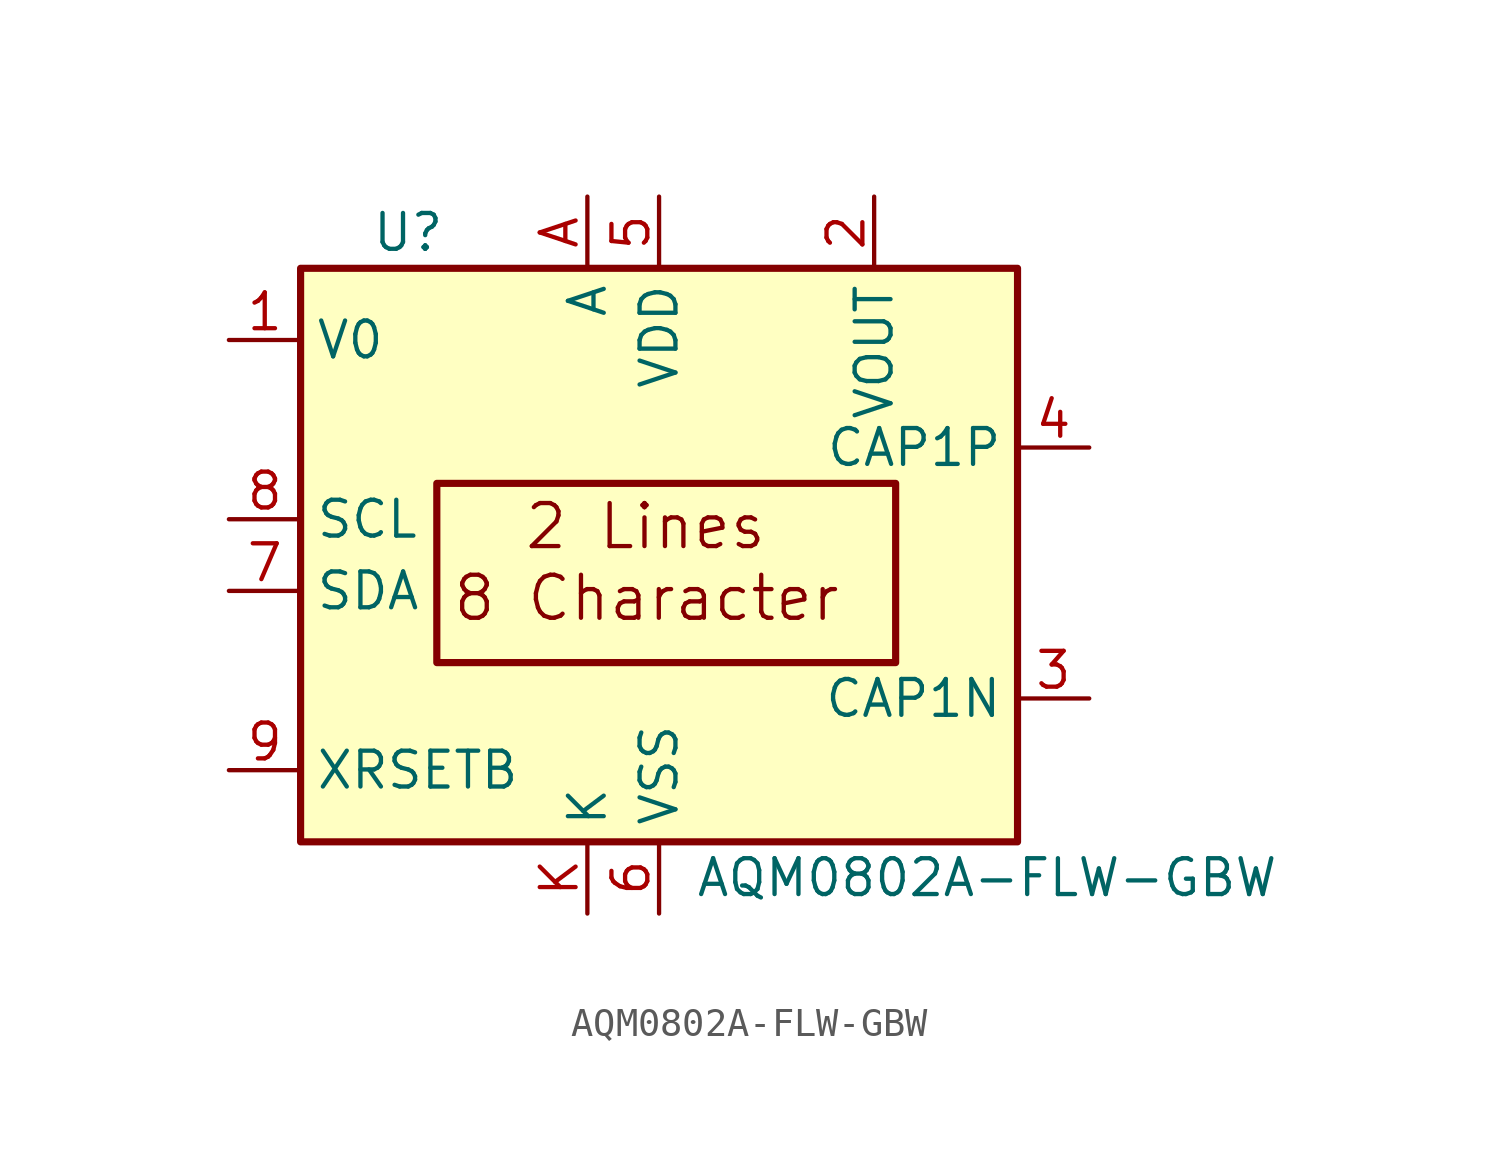
<source format=kicad_sym>
(kicad_symbol_lib
  (version 20220914)
  (generator kicad_symbol_editor)
  (symbol "AQM0802A-FLW-GBW"
    (property "Reference" "U"
      (at -8.89 11.43 0)
      (effects (font (size 1.27 1.27))))
    (property "Value" "AQM0802A-FLW-GBW"
      (at 1.27 -11.43 0)
      (effects (font (size 1.27 1.27)) (justify left)))
    (symbol "AQM0802A-FLW-GBW_0_0"
      (rectangle (start -7.874 2.54) (end 8.382 -3.81) (stroke (width 0.254) (type solid)) (fill (type none)))
      (text "2 Lines" (at -4.826 1.016 0) (effects (font (size 1.524 1.524)) (justify left)))
      (text "8 Character" (at -7.366 -1.524 0) (effects (font (size 1.524 1.524)) (justify left))))
    (symbol "AQM0802A-FLW-GBW_0_1"
      (rectangle (start -12.7 10.16) (end 12.7 -10.16) (stroke (width 0.254) (type solid)) (fill (type background))))
    (symbol "AQM0802A-FLW-GBW_1_1"
      (pin passive line (at -15.24 7.62 0) (length 2.54) (name "V0" (effects (font (size 1.27 1.27)))) (number "1" (effects (font (size 1.27 1.27)))))
      (pin passive line (at 7.62 12.7 270) (length 2.54) (name "VOUT" (effects (font (size 1.27 1.27)))) (number "2" (effects (font (size 1.27 1.27)))))
      (pin passive line (at 15.24 -5.08 180) (length 2.54) (name "CAP1N" (effects (font (size 1.27 1.27)))) (number "3" (effects (font (size 1.27 1.27)))))
      (pin passive line (at 15.24 3.81 180) (length 2.54) (name "CAP1P" (effects (font (size 1.27 1.27)))) (number "4" (effects (font (size 1.27 1.27)))))
      (pin power_in line (at 0 12.7 270) (length 2.54) (name "VDD" (effects (font (size 1.27 1.27)))) (number "5" (effects (font (size 1.27 1.27)))))
      (pin power_in line (at 0 -12.7 90) (length 2.54) (name "VSS" (effects (font (size 1.27 1.27)))) (number "6" (effects (font (size 1.27 1.27)))))
      (pin bidirectional line (at -15.24 -1.27 0) (length 2.54) (name "SDA" (effects (font (size 1.27 1.27)))) (number "7" (effects (font (size 1.27 1.27)))))
      (pin input line (at -15.24 1.27 0) (length 2.54) (name "SCL" (effects (font (size 1.27 1.27)))) (number "8" (effects (font (size 1.27 1.27)))))
      (pin input line (at -15.24 -7.62 0) (length 2.54) (name "XRSETB" (effects (font (size 1.27 1.27)))) (number "9" (effects (font (size 1.27 1.27)))))
      (pin passive line (at -2.54 12.7 270) (length 2.54) (name "A" (effects (font (size 1.27 1.27)))) (number "A" (effects (font (size 1.27 1.27)))))
      (pin passive line (at -2.54 -12.7 90) (length 2.54) (name "K" (effects (font (size 1.27 1.27)))) (number "K" (effects (font (size 1.27 1.27))))))))
</source>
